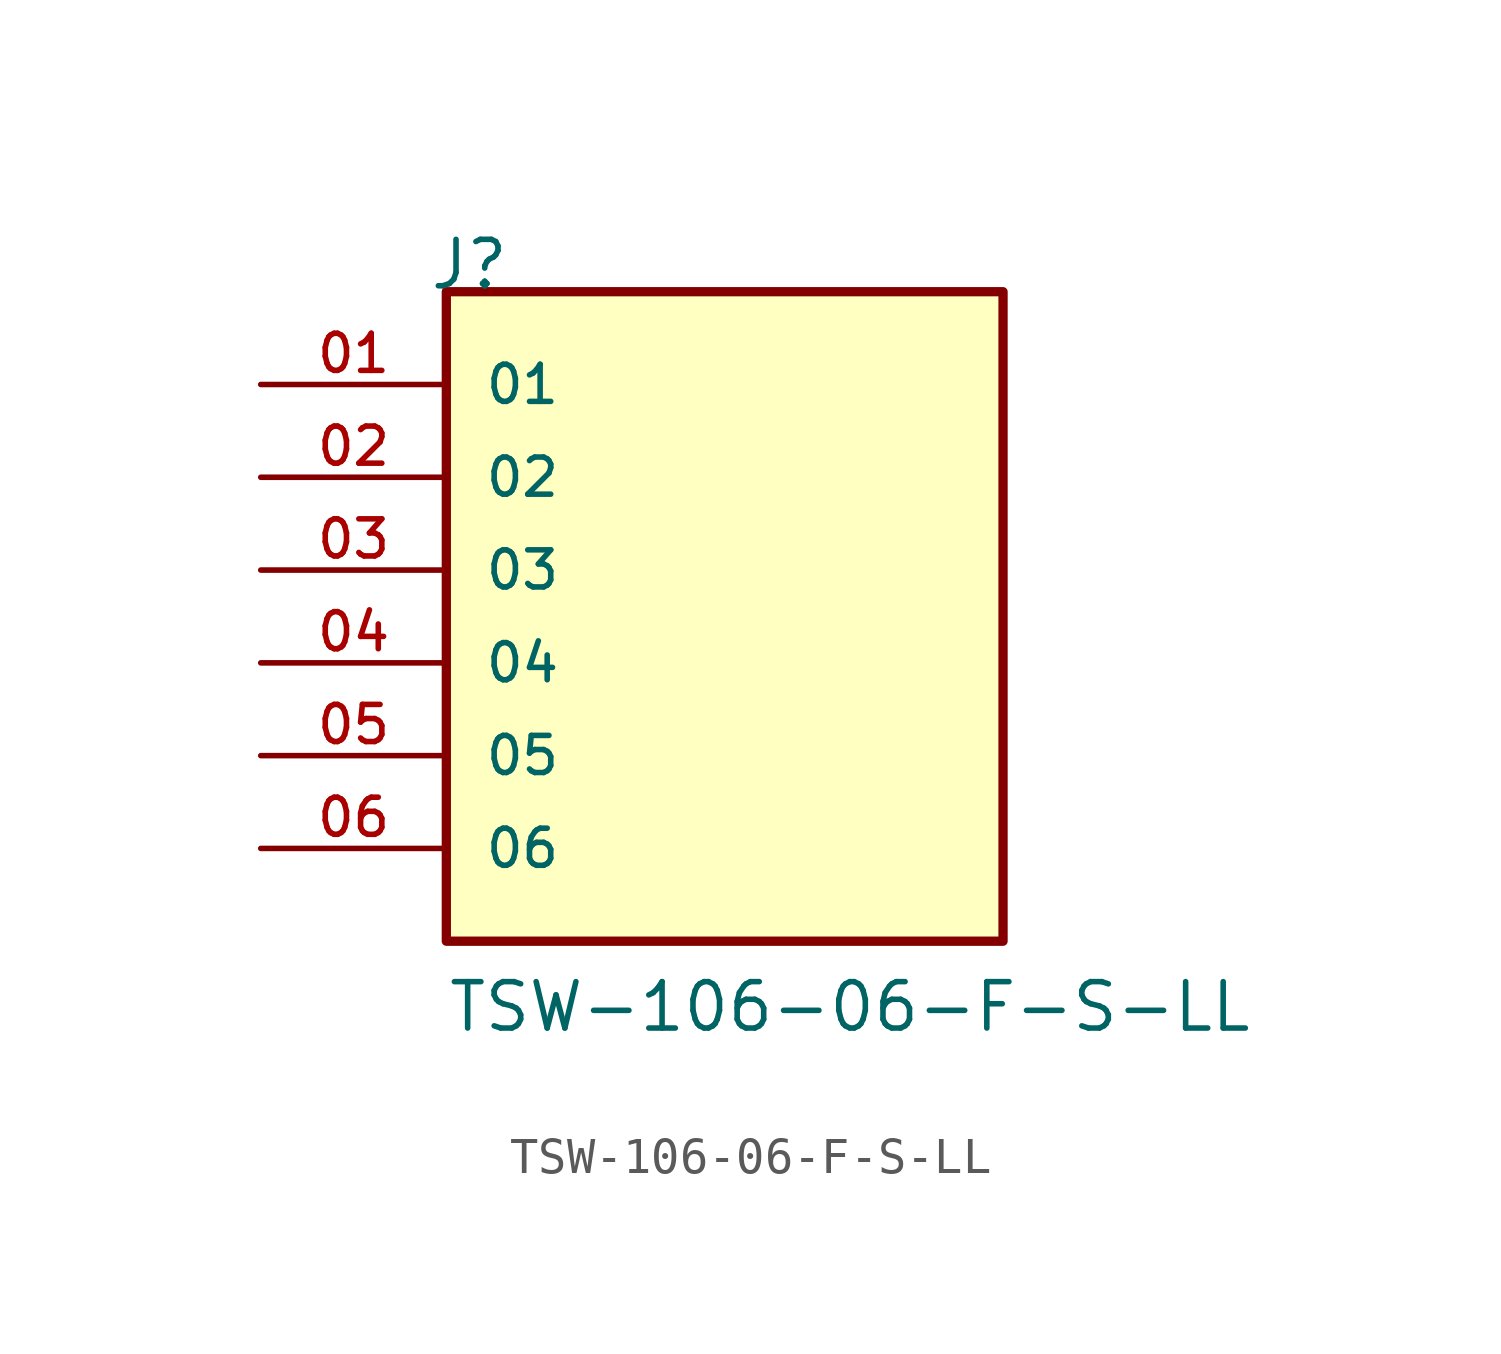
<source format=kicad_sym>
(kicad_symbol_lib
  (version 20211014)
  (generator kicad_symbol_editor)
  (symbol "TSW-106-06-F-S-LL"
    (pin_names
      (offset 1.016))
    (property "Reference" "J"
      (at -8.12 10.16 0)
      (effects (font (size 1.27 1.27)) (justify bottom left)))
    (property "Value" "TSW-106-06-F-S-LL"
      (at -7.62 -10.16 0)
      (effects (font (size 1.27 1.27)) (justify bottom left)))
    (symbol "TSW-106-06-F-S-LL_0_0"
      (rectangle (start -7.62 -7.62) (end 7.62 10.16) (stroke (width 0.254)) (fill (type background)))
      (pin passive line (at -12.7 7.62 0) (length 5.08) (name "01" (effects (font (size 1.016 1.016)))) (number "01" (effects (font (size 1.016 1.016)))))
      (pin passive line (at -12.7 5.08 0) (length 5.08) (name "02" (effects (font (size 1.016 1.016)))) (number "02" (effects (font (size 1.016 1.016)))))
      (pin passive line (at -12.7 2.54 0) (length 5.08) (name "03" (effects (font (size 1.016 1.016)))) (number "03" (effects (font (size 1.016 1.016)))))
      (pin passive line (at -12.7 0.0 0) (length 5.08) (name "04" (effects (font (size 1.016 1.016)))) (number "04" (effects (font (size 1.016 1.016)))))
      (pin passive line (at -12.7 -2.54 0) (length 5.08) (name "05" (effects (font (size 1.016 1.016)))) (number "05" (effects (font (size 1.016 1.016)))))
      (pin passive line (at -12.7 -5.08 0) (length 5.08) (name "06" (effects (font (size 1.016 1.016)))) (number "06" (effects (font (size 1.016 1.016))))))))
</source>
